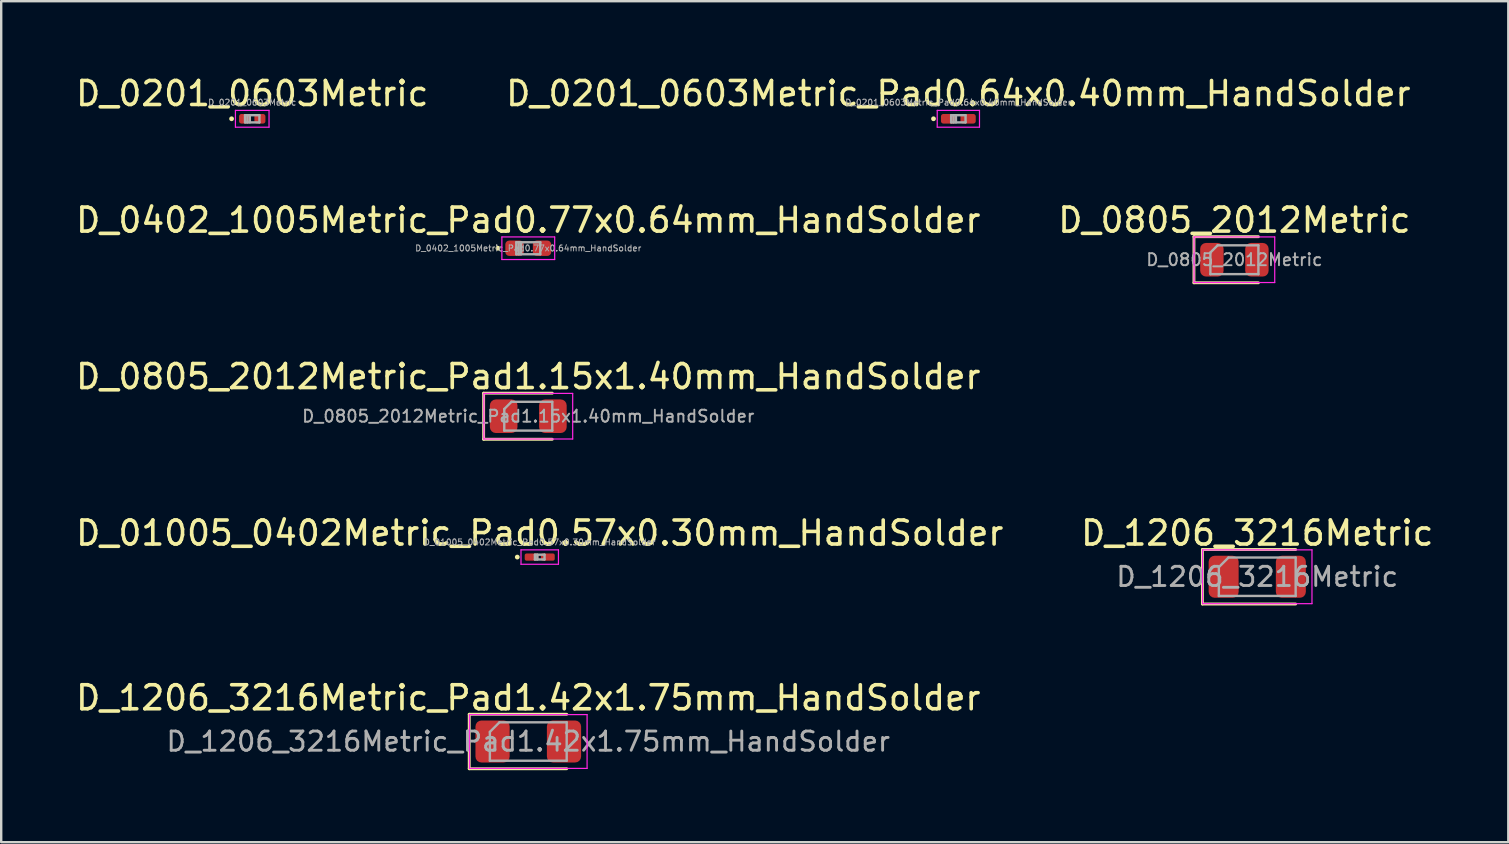
<source format=kicad_pcb>
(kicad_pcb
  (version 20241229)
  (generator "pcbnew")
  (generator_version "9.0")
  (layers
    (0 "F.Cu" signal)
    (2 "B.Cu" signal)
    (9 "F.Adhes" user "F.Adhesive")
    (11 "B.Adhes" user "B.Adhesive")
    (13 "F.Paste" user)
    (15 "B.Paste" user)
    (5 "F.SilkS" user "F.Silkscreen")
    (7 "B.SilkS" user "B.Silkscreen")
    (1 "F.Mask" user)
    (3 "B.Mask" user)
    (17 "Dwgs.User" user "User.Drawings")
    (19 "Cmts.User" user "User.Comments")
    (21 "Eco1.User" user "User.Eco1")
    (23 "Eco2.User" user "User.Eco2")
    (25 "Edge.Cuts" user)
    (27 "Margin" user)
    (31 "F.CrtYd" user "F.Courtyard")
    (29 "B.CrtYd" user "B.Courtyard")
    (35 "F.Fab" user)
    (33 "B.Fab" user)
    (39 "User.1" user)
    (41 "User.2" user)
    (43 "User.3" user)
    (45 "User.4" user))
  (footprint "D_0805_2012Metric_Pad1.15x1.40mm_HandSolder"
    (layer "F.Cu")
    (at 18.958 14.29)
    (property "Reference" "D_0805_2012Metric_Pad1.15x1.40mm_HandSolder" (at 0 -1.65 0) (layer "F.SilkS") (effects (font (size 1 1) (thickness 0.15))))
    (attr smd)
    (fp_line (start -1.86 -0.96) (end -1.86 0.96) (stroke (width 0.12) (type solid)) (layer "F.SilkS"))
    (fp_line (start -1.86 0.96) (end 1 0.96) (stroke (width 0.12) (type solid)) (layer "F.SilkS"))
    (fp_line (start 1 -0.96) (end -1.86 -0.96) (stroke (width 0.12) (type solid)) (layer "F.SilkS"))
    (fp_line (start -1.85 -0.95) (end 1.85 -0.95) (stroke (width 0.05) (type solid)) (layer "F.CrtYd"))
    (fp_line (start -1.85 0.95) (end -1.85 -0.95) (stroke (width 0.05) (type solid)) (layer "F.CrtYd"))
    (fp_line (start 1.85 -0.95) (end 1.85 0.95) (stroke (width 0.05) (type solid)) (layer "F.CrtYd"))
    (fp_line (start 1.85 0.95) (end -1.85 0.95) (stroke (width 0.05) (type solid)) (layer "F.CrtYd"))
    (fp_line (start -1 -0.3) (end -1 0.6) (stroke (width 0.1) (type solid)) (layer "F.Fab"))
    (fp_line (start -1 0.6) (end 1 0.6) (stroke (width 0.1) (type solid)) (layer "F.Fab"))
    (fp_line (start -0.7 -0.6) (end -1 -0.3) (stroke (width 0.1) (type solid)) (layer "F.Fab"))
    (fp_line (start 1 -0.6) (end -0.7 -0.6) (stroke (width 0.1) (type solid)) (layer "F.Fab"))
    (fp_line (start 1 0.6) (end 1 -0.6) (stroke (width 0.1) (type solid)) (layer "F.Fab"))
    (fp_text user "${REFERENCE}" (at 0 0 0) (layer "F.Fab") (effects (font (size 0.5 0.5) (thickness 0.08))))
    (pad "1" smd roundrect (at -1.025 0) (size 1.15 1.4) (layers "F.Cu" "F.Mask" "F.Paste") (roundrect_rratio 0.217))
    (pad "2" smd roundrect (at 1.025 0) (size 1.15 1.4) (layers "F.Cu" "F.Mask" "F.Paste") (roundrect_rratio 0.217)))
  (footprint "D_1206_3216Metric_Pad1.42x1.75mm_HandSolder"
    (layer "F.Cu")
    (at 18.958 27.841)
    (property "Reference" "D_1206_3216Metric_Pad1.42x1.75mm_HandSolder" (at 0 -1.82 0) (layer "F.SilkS") (effects (font (size 1 1) (thickness 0.15))))
    (attr smd)
    (fp_line (start -2.46 -1.135) (end -2.46 1.135) (stroke (width 0.12) (type solid)) (layer "F.SilkS"))
    (fp_line (start -2.46 1.135) (end 1.6 1.135) (stroke (width 0.12) (type solid)) (layer "F.SilkS"))
    (fp_line (start 1.6 -1.135) (end -2.46 -1.135) (stroke (width 0.12) (type solid)) (layer "F.SilkS"))
    (fp_line (start -2.45 -1.12) (end 2.45 -1.12) (stroke (width 0.05) (type solid)) (layer "F.CrtYd"))
    (fp_line (start -2.45 1.12) (end -2.45 -1.12) (stroke (width 0.05) (type solid)) (layer "F.CrtYd"))
    (fp_line (start 2.45 -1.12) (end 2.45 1.12) (stroke (width 0.05) (type solid)) (layer "F.CrtYd"))
    (fp_line (start 2.45 1.12) (end -2.45 1.12) (stroke (width 0.05) (type solid)) (layer "F.CrtYd"))
    (fp_line (start -1.6 -0.4) (end -1.6 0.8) (stroke (width 0.1) (type solid)) (layer "F.Fab"))
    (fp_line (start -1.6 0.8) (end 1.6 0.8) (stroke (width 0.1) (type solid)) (layer "F.Fab"))
    (fp_line (start -1.2 -0.8) (end -1.6 -0.4) (stroke (width 0.1) (type solid)) (layer "F.Fab"))
    (fp_line (start 1.6 -0.8) (end -1.2 -0.8) (stroke (width 0.1) (type solid)) (layer "F.Fab"))
    (fp_line (start 1.6 0.8) (end 1.6 -0.8) (stroke (width 0.1) (type solid)) (layer "F.Fab"))
    (fp_text user "${REFERENCE}" (at 0 0 0) (layer "F.Fab") (effects (font (size 0.8 0.8) (thickness 0.12))))
    (pad "1" smd roundrect (at -1.488 0) (size 1.425 1.75) (layers "F.Cu" "F.Mask" "F.Paste") (roundrect_rratio 0.175))
    (pad "2" smd roundrect (at 1.488 0) (size 1.425 1.75) (layers "F.Cu" "F.Mask" "F.Paste") (roundrect_rratio 0.175)))
  (footprint "D_0201_0603Metric"
    (layer "F.Cu")
    (at 7.458 1.898)
    (property "Reference" "D_0201_0603Metric" (at 0 -1.05 0) (layer "F.SilkS") (effects (font (size 1 1) (thickness 0.15))))
    (attr smd)
    (fp_circle (center -0.86 0) (end -0.81 0) (stroke (width 0.1) (type solid)) (fill no) (layer "F.SilkS"))
    (fp_line (start -0.7 -0.35) (end 0.7 -0.35) (stroke (width 0.05) (type solid)) (layer "F.CrtYd"))
    (fp_line (start -0.7 0.35) (end -0.7 -0.35) (stroke (width 0.05) (type solid)) (layer "F.CrtYd"))
    (fp_line (start 0.7 -0.35) (end 0.7 0.35) (stroke (width 0.05) (type solid)) (layer "F.CrtYd"))
    (fp_line (start 0.7 0.35) (end -0.7 0.35) (stroke (width 0.05) (type solid)) (layer "F.CrtYd"))
    (fp_line (start -0.3 -0.15) (end 0.3 -0.15) (stroke (width 0.1) (type solid)) (layer "F.Fab"))
    (fp_line (start -0.3 0.15) (end -0.3 -0.15) (stroke (width 0.1) (type solid)) (layer "F.Fab"))
    (fp_line (start -0.2 0.15) (end -0.2 -0.15) (stroke (width 0.1) (type solid)) (layer "F.Fab"))
    (fp_line (start -0.1 0.15) (end -0.1 -0.15) (stroke (width 0.1) (type solid)) (layer "F.Fab"))
    (fp_line (start 0.3 -0.15) (end 0.3 0.15) (stroke (width 0.1) (type solid)) (layer "F.Fab"))
    (fp_line (start 0.3 0.15) (end -0.3 0.15) (stroke (width 0.1) (type solid)) (layer "F.Fab"))
    (fp_text user "${REFERENCE}" (at 0 -0.68 0) (layer "F.Fab") (effects (font (size 0.25 0.25) (thickness 0.04))))
    (pad "" smd roundrect (at -0.345 0) (size 0.318 0.36) (layers "F.Paste") (roundrect_rratio 0.25))
    (pad "" smd roundrect (at 0.345 0) (size 0.318 0.36) (layers "F.Paste") (roundrect_rratio 0.25))
    (pad "1" smd roundrect (at -0.32 0) (size 0.46 0.4) (layers "F.Cu" "F.Mask") (roundrect_rratio 0.25))
    (pad "2" smd roundrect (at 0.32 0) (size 0.46 0.4) (layers "F.Cu" "F.Mask") (roundrect_rratio 0.25)))
  (footprint "D_1206_3216Metric"
    (layer "F.Cu")
    (at 49.327 20.978)
    (property "Reference" "D_1206_3216Metric" (at 0 -1.82 0) (layer "F.SilkS") (effects (font (size 1 1) (thickness 0.15))))
    (attr smd)
    (fp_line (start -2.285 -1.135) (end -2.285 1.135) (stroke (width 0.12) (type solid)) (layer "F.SilkS"))
    (fp_line (start -2.285 1.135) (end 1.6 1.135) (stroke (width 0.12) (type solid)) (layer "F.SilkS"))
    (fp_line (start 1.6 -1.135) (end -2.285 -1.135) (stroke (width 0.12) (type solid)) (layer "F.SilkS"))
    (fp_line (start -2.28 -1.12) (end 2.28 -1.12) (stroke (width 0.05) (type solid)) (layer "F.CrtYd"))
    (fp_line (start -2.28 1.12) (end -2.28 -1.12) (stroke (width 0.05) (type solid)) (layer "F.CrtYd"))
    (fp_line (start 2.28 -1.12) (end 2.28 1.12) (stroke (width 0.05) (type solid)) (layer "F.CrtYd"))
    (fp_line (start 2.28 1.12) (end -2.28 1.12) (stroke (width 0.05) (type solid)) (layer "F.CrtYd"))
    (fp_line (start -1.6 -0.4) (end -1.6 0.8) (stroke (width 0.1) (type solid)) (layer "F.Fab"))
    (fp_line (start -1.6 0.8) (end 1.6 0.8) (stroke (width 0.1) (type solid)) (layer "F.Fab"))
    (fp_line (start -1.2 -0.8) (end -1.6 -0.4) (stroke (width 0.1) (type solid)) (layer "F.Fab"))
    (fp_line (start 1.6 -0.8) (end -1.2 -0.8) (stroke (width 0.1) (type solid)) (layer "F.Fab"))
    (fp_line (start 1.6 0.8) (end 1.6 -0.8) (stroke (width 0.1) (type solid)) (layer "F.Fab"))
    (fp_text user "${REFERENCE}" (at 0 0 0) (layer "F.Fab") (effects (font (size 0.8 0.8) (thickness 0.12))))
    (pad "1" smd roundrect (at -1.4 0) (size 1.25 1.75) (layers "F.Cu" "F.Mask" "F.Paste") (roundrect_rratio 0.2))
    (pad "2" smd roundrect (at 1.4 0) (size 1.25 1.75) (layers "F.Cu" "F.Mask" "F.Paste") (roundrect_rratio 0.2)))
  (footprint "D_0402_1005Metric_Pad0.77x0.64mm_HandSolder"
    (layer "F.Cu")
    (at 18.958 7.292)
    (property "Reference" "D_0402_1005Metric_Pad0.77x0.64mm_HandSolder" (at 0 -1.17 0) (layer "F.SilkS") (effects (font (size 1 1) (thickness 0.15))))
    (attr smd)
    (fp_circle (center -1.265 0) (end -1.215 0) (stroke (width 0.1) (type solid)) (fill no) (layer "F.SilkS"))
    (fp_line (start -1.1 -0.47) (end 1.1 -0.47) (stroke (width 0.05) (type solid)) (layer "F.CrtYd"))
    (fp_line (start -1.1 0.47) (end -1.1 -0.47) (stroke (width 0.05) (type solid)) (layer "F.CrtYd"))
    (fp_line (start 1.1 -0.47) (end 1.1 0.47) (stroke (width 0.05) (type solid)) (layer "F.CrtYd"))
    (fp_line (start 1.1 0.47) (end -1.1 0.47) (stroke (width 0.05) (type solid)) (layer "F.CrtYd"))
    (fp_line (start -0.5 -0.25) (end 0.5 -0.25) (stroke (width 0.1) (type solid)) (layer "F.Fab"))
    (fp_line (start -0.5 0.25) (end -0.5 -0.25) (stroke (width 0.1) (type solid)) (layer "F.Fab"))
    (fp_line (start -0.4 0.25) (end -0.4 -0.25) (stroke (width 0.1) (type solid)) (layer "F.Fab"))
    (fp_line (start -0.3 0.25) (end -0.3 -0.25) (stroke (width 0.1) (type solid)) (layer "F.Fab"))
    (fp_line (start 0.5 -0.25) (end 0.5 0.25) (stroke (width 0.1) (type solid)) (layer "F.Fab"))
    (fp_line (start 0.5 0.25) (end -0.5 0.25) (stroke (width 0.1) (type solid)) (layer "F.Fab"))
    (fp_text user "${REFERENCE}" (at 0 0 0) (layer "F.Fab") (effects (font (size 0.25 0.25) (thickness 0.04))))
    (pad "1" smd roundrect (at -0.573 0) (size 0.765 0.64) (layers "F.Cu" "F.Mask" "F.Paste") (roundrect_rratio 0.25))
    (pad "2" smd roundrect (at 0.573 0) (size 0.765 0.64) (layers "F.Cu" "F.Mask" "F.Paste") (roundrect_rratio 0.25)))
  (footprint "D_0201_0603Metric_Pad0.64x0.40mm_HandSolder"
    (layer "F.Cu")
    (at 36.875 1.898)
    (property "Reference" "D_0201_0603Metric_Pad0.64x0.40mm_HandSolder" (at 0 -1.05 0) (layer "F.SilkS") (effects (font (size 1 1) (thickness 0.15))))
    (attr smd)
    (fp_circle (center -1.035 0) (end -0.985 0) (stroke (width 0.1) (type solid)) (fill no) (layer "F.SilkS"))
    (fp_line (start -0.88 -0.35) (end 0.88 -0.35) (stroke (width 0.05) (type solid)) (layer "F.CrtYd"))
    (fp_line (start -0.88 0.35) (end -0.88 -0.35) (stroke (width 0.05) (type solid)) (layer "F.CrtYd"))
    (fp_line (start 0.88 -0.35) (end 0.88 0.35) (stroke (width 0.05) (type solid)) (layer "F.CrtYd"))
    (fp_line (start 0.88 0.35) (end -0.88 0.35) (stroke (width 0.05) (type solid)) (layer "F.CrtYd"))
    (fp_line (start -0.3 -0.15) (end 0.3 -0.15) (stroke (width 0.1) (type solid)) (layer "F.Fab"))
    (fp_line (start -0.3 0.15) (end -0.3 -0.15) (stroke (width 0.1) (type solid)) (layer "F.Fab"))
    (fp_line (start -0.2 0.15) (end -0.2 -0.15) (stroke (width 0.1) (type solid)) (layer "F.Fab"))
    (fp_line (start -0.1 0.15) (end -0.1 -0.15) (stroke (width 0.1) (type solid)) (layer "F.Fab"))
    (fp_line (start 0.3 -0.15) (end 0.3 0.15) (stroke (width 0.1) (type solid)) (layer "F.Fab"))
    (fp_line (start 0.3 0.15) (end -0.3 0.15) (stroke (width 0.1) (type solid)) (layer "F.Fab"))
    (fp_text user "${REFERENCE}" (at 0 -0.68 0) (layer "F.Fab") (effects (font (size 0.25 0.25) (thickness 0.04))))
    (pad "" smd roundrect (at -0.432 0) (size 0.458 0.36) (layers "F.Paste") (roundrect_rratio 0.25))
    (pad "" smd roundrect (at 0.432 0) (size 0.458 0.36) (layers "F.Paste") (roundrect_rratio 0.25))
    (pad "1" smd roundrect (at -0.407 0) (size 0.635 0.4) (layers "F.Cu" "F.Mask") (roundrect_rratio 0.25))
    (pad "2" smd roundrect (at 0.407 0) (size 0.635 0.4) (layers "F.Cu" "F.Mask") (roundrect_rratio 0.25)))
  (footprint "D_0805_2012Metric"
    (layer "F.Cu")
    (at 48.375 7.771)
    (property "Reference" "D_0805_2012Metric" (at 0 -1.65 0) (layer "F.SilkS") (effects (font (size 1 1) (thickness 0.15))))
    (attr smd)
    (fp_line (start -1.685 -0.96) (end -1.685 0.96) (stroke (width 0.12) (type solid)) (layer "F.SilkS"))
    (fp_line (start -1.685 0.96) (end 1 0.96) (stroke (width 0.12) (type solid)) (layer "F.SilkS"))
    (fp_line (start 1 -0.96) (end -1.685 -0.96) (stroke (width 0.12) (type solid)) (layer "F.SilkS"))
    (fp_line (start -1.68 -0.95) (end 1.68 -0.95) (stroke (width 0.05) (type solid)) (layer "F.CrtYd"))
    (fp_line (start -1.68 0.95) (end -1.68 -0.95) (stroke (width 0.05) (type solid)) (layer "F.CrtYd"))
    (fp_line (start 1.68 -0.95) (end 1.68 0.95) (stroke (width 0.05) (type solid)) (layer "F.CrtYd"))
    (fp_line (start 1.68 0.95) (end -1.68 0.95) (stroke (width 0.05) (type solid)) (layer "F.CrtYd"))
    (fp_line (start -1 -0.3) (end -1 0.6) (stroke (width 0.1) (type solid)) (layer "F.Fab"))
    (fp_line (start -1 0.6) (end 1 0.6) (stroke (width 0.1) (type solid)) (layer "F.Fab"))
    (fp_line (start -0.7 -0.6) (end -1 -0.3) (stroke (width 0.1) (type solid)) (layer "F.Fab"))
    (fp_line (start 1 -0.6) (end -0.7 -0.6) (stroke (width 0.1) (type solid)) (layer "F.Fab"))
    (fp_line (start 1 0.6) (end 1 -0.6) (stroke (width 0.1) (type solid)) (layer "F.Fab"))
    (fp_text user "${REFERENCE}" (at 0 0 0) (layer "F.Fab") (effects (font (size 0.5 0.5) (thickness 0.08))))
    (pad "1" smd roundrect (at -0.938 0) (size 0.975 1.4) (layers "F.Cu" "F.Mask" "F.Paste") (roundrect_rratio 0.25))
    (pad "2" smd roundrect (at 0.938 0) (size 0.975 1.4) (layers "F.Cu" "F.Mask" "F.Paste") (roundrect_rratio 0.25)))
  (footprint "D_01005_0402Metric_Pad0.57x0.30mm_HandSolder"
    (layer "F.Cu")
    (at 19.435 20.158)
    (property "Reference" "D_01005_0402Metric_Pad0.57x0.30mm_HandSolder" (at 0 -1 0) (layer "F.SilkS") (effects (font (size 1 1) (thickness 0.15))))
    (attr smd)
    (fp_circle (center -0.935 0) (end -0.885 0) (stroke (width 0.1) (type solid)) (fill no) (layer "F.SilkS"))
    (fp_line (start -0.78 -0.3) (end 0.78 -0.3) (stroke (width 0.05) (type solid)) (layer "F.CrtYd"))
    (fp_line (start -0.78 0.3) (end -0.78 -0.3) (stroke (width 0.05) (type solid)) (layer "F.CrtYd"))
    (fp_line (start 0.78 -0.3) (end 0.78 0.3) (stroke (width 0.05) (type solid)) (layer "F.CrtYd"))
    (fp_line (start 0.78 0.3) (end -0.78 0.3) (stroke (width 0.05) (type solid)) (layer "F.CrtYd"))
    (fp_line (start -0.2 -0.1) (end 0.2 -0.1) (stroke (width 0.1) (type solid)) (layer "F.Fab"))
    (fp_line (start -0.2 0.1) (end -0.2 -0.1) (stroke (width 0.1) (type solid)) (layer "F.Fab"))
    (fp_line (start -0.1 0.1) (end -0.1 -0.1) (stroke (width 0.1) (type solid)) (layer "F.Fab"))
    (fp_line (start 0.2 -0.1) (end 0.2 0.1) (stroke (width 0.1) (type solid)) (layer "F.Fab"))
    (fp_line (start 0.2 0.1) (end -0.2 0.1) (stroke (width 0.1) (type solid)) (layer "F.Fab"))
    (fp_text user "${REFERENCE}" (at 0 -0.62 0) (layer "F.Fab") (effects (font (size 0.25 0.25) (thickness 0.04))))
    (pad "" smd roundrect (at -0.362 0) (size 0.41 0.27) (layers "F.Paste") (roundrect_rratio 0.25))
    (pad "" smd roundrect (at 0.362 0) (size 0.41 0.27) (layers "F.Paste") (roundrect_rratio 0.25))
    (pad "1" smd roundrect (at -0.338 0) (size 0.575 0.3) (layers "F.Cu" "F.Mask") (roundrect_rratio 0.25))
    (pad "2" smd roundrect (at 0.338 0) (size 0.575 0.3) (layers "F.Cu" "F.Mask") (roundrect_rratio 0.25)))
  (gr_rect
    (start -3 -3)
    (end 59.786 32.036)
    (stroke (width 0.1) (type default))
    (fill no)
    (layer "Edge.Cuts")))
</source>
